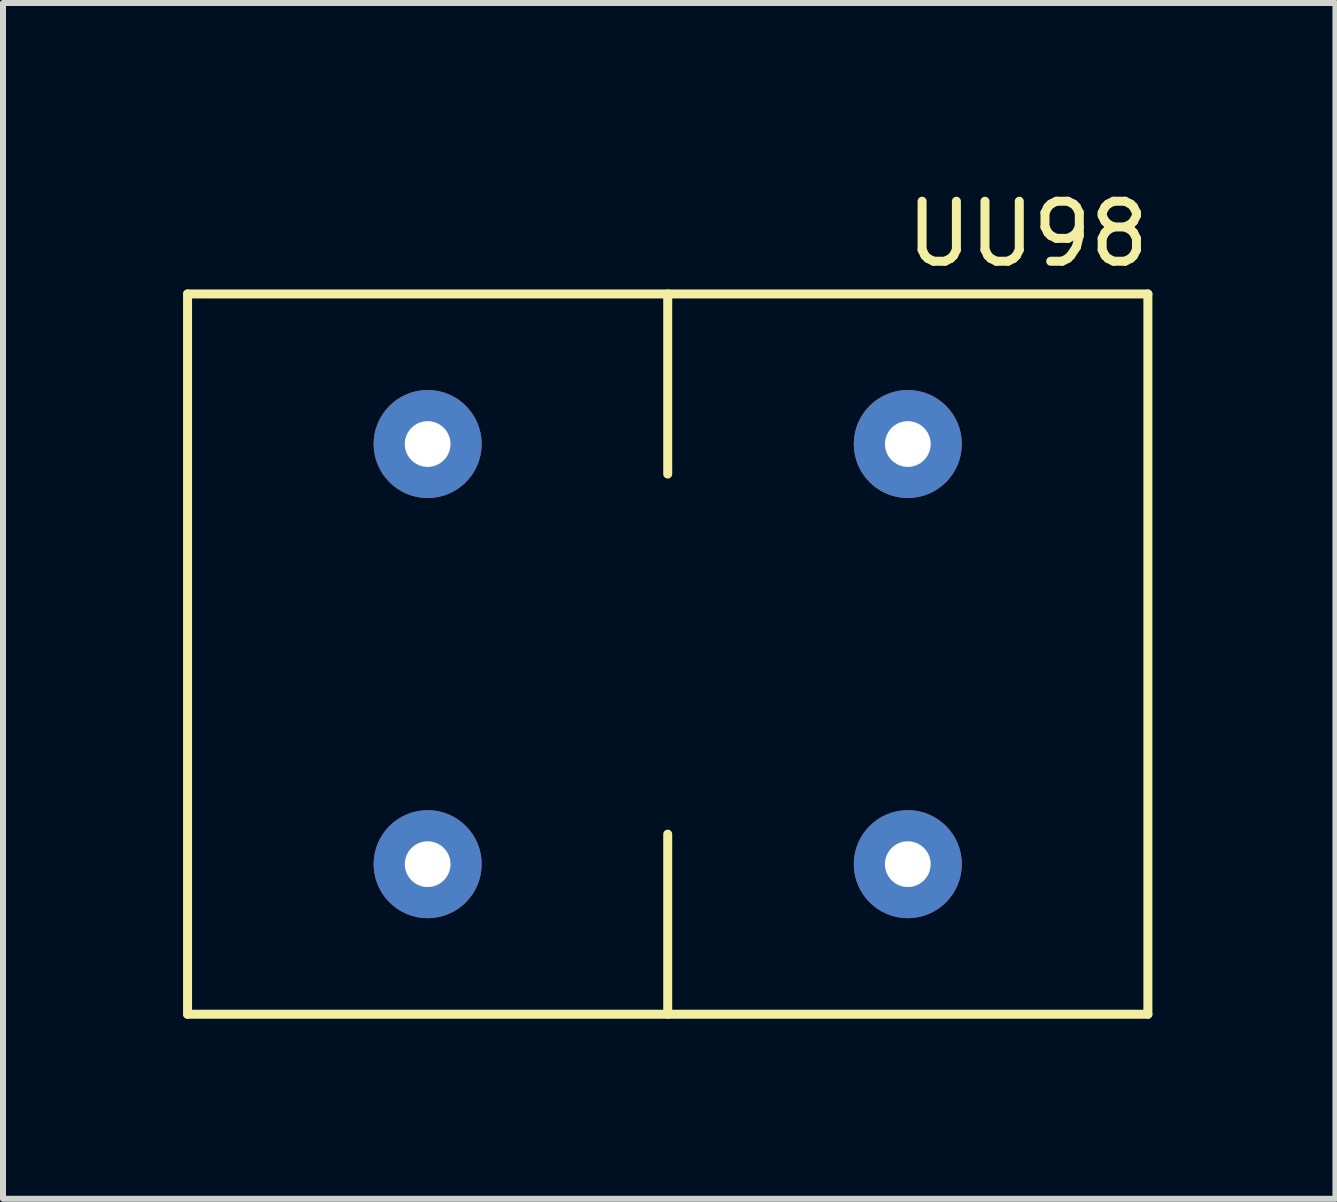
<source format=kicad_pcb>
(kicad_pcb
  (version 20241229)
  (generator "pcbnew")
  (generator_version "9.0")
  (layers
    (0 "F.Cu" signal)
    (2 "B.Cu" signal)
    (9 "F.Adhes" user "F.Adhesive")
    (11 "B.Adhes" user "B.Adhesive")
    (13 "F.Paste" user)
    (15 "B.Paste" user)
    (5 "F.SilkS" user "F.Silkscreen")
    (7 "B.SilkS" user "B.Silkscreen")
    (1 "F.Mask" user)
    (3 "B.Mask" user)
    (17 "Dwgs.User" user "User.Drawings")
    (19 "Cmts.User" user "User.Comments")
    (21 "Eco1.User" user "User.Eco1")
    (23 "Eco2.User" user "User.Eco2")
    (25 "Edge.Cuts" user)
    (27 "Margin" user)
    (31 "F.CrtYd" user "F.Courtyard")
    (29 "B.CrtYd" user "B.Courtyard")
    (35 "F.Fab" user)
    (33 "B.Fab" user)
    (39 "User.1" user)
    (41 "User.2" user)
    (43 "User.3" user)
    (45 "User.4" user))
  (footprint "UU98"
    (layer "F.Cu")
    (at 8.075 7.848)
    (property "Reference" "UU98" (at 6 -7 0) (layer "F.SilkS") (effects (font (size 1 1) (thickness 0.15))))
    (attr through_hole)
    (fp_line (start -8 -6) (end 8 -6) (stroke (width 0.15) (type solid)) (layer "F.SilkS"))
    (fp_line (start -8 6) (end -8 -6) (stroke (width 0.15) (type solid)) (layer "F.SilkS"))
    (fp_line (start 0 -6) (end 0 -3) (stroke (width 0.15) (type solid)) (layer "F.SilkS"))
    (fp_line (start 0 6) (end 0 3) (stroke (width 0.15) (type solid)) (layer "F.SilkS"))
    (fp_line (start 8 -6) (end 8 6) (stroke (width 0.15) (type solid)) (layer "F.SilkS"))
    (fp_line (start 8 6) (end -8 6) (stroke (width 0.15) (type solid)) (layer "F.SilkS"))
    (pad "1" thru_hole circle (at -4 3.5) (size 1.8 1.8) (drill 0.762) (layers "*.Cu" "*.Mask"))
    (pad "2" thru_hole circle (at -4 -3.5) (size 1.8 1.8) (drill 0.762) (layers "*.Cu" "*.Mask"))
    (pad "3" thru_hole circle (at 4 -3.5) (size 1.8 1.8) (drill 0.762) (layers "*.Cu" "*.Mask"))
    (pad "4" thru_hole circle (at 4 3.5) (size 1.8 1.8) (drill 0.762) (layers "*.Cu" "*.Mask")))
  (gr_rect
    (start -3 -3)
    (end 19.2 16.923)
    (stroke (width 0.1) (type default))
    (fill no)
    (layer "Edge.Cuts")))
</source>
